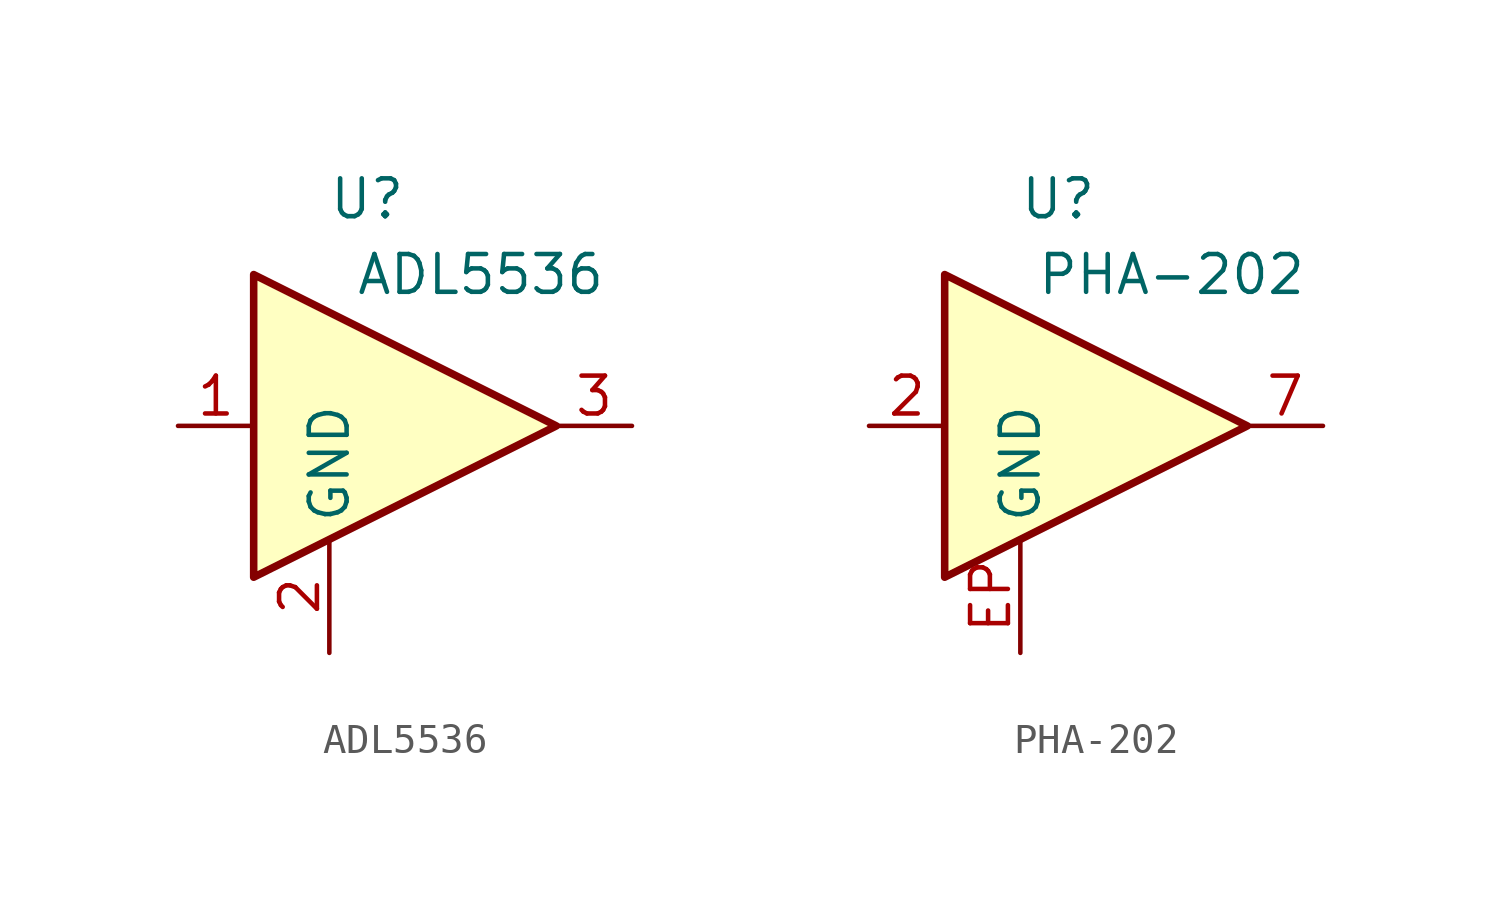
<source format=kicad_sym>
(kicad_symbol_lib
  (version 20220914)
  (generator kicad_symbol_editor)
  (symbol "ADL5536"
    (property "Reference" "U"
      (at -1.27 7.62 0)
      (effects (font (size 1.27 1.27))))
    (property "Value" "ADL5536"
      (at 2.54 5.08 0)
      (effects (font (size 1.27 1.27))))
    (symbol "ADL5536_0_1"
      (polyline (pts (xy 5.08 0) (xy -5.08 5.08) (xy -5.08 -5.08) (xy 5.08 0)) (stroke (width 0.254) (type default)) (fill (type background))))
    (symbol "ADL5536_1_1"
      (pin input line (at -7.62 0 0) (length 2.54) (name "~" (effects (font (size 1.27 1.27)))) (number "1" (effects (font (size 1.27 1.27)))))
      (pin power_in line (at -2.54 -7.62 90) (length 3.81) (name "GND" (effects (font (size 1.27 1.27)))) (number "2" (effects (font (size 1.27 1.27)))))
      (pin output line (at 7.62 0 180) (length 2.54) (name "~" (effects (font (size 1.27 1.27)))) (number "3" (effects (font (size 1.27 1.27)))))))
  (symbol "PHA-202"
    (property "Reference" "U"
      (at -1.27 7.62 0)
      (effects (font (size 1.27 1.27))))
    (property "Value" "PHA-202"
      (at 2.54 5.08 0)
      (effects (font (size 1.27 1.27))))
    (symbol "PHA-202_0_1"
      (polyline (pts (xy 5.08 0) (xy -5.08 5.08) (xy -5.08 -5.08) (xy 5.08 0)) (stroke (width 0.254) (type default)) (fill (type background))))
    (symbol "PHA-202_1_1"
      (pin passive line (at -2.54 -7.62 90) (length 2.54) hide (name "EP" (effects (font (size 1.27 1.27)))) (number "1" (effects (font (size 1.27 1.27)))))
      (pin input line (at -7.62 0 0) (length 2.54) (name "~" (effects (font (size 1.27 1.27)))) (number "2" (effects (font (size 1.27 1.27)))))
      (pin passive line (at -2.54 -7.62 90) (length 2.54) hide (name "EP" (effects (font (size 1.27 1.27)))) (number "3" (effects (font (size 1.27 1.27)))))
      (pin passive line (at -2.54 -7.62 90) (length 2.54) hide (name "EP" (effects (font (size 1.27 1.27)))) (number "4" (effects (font (size 1.27 1.27)))))
      (pin passive line (at -2.54 -7.62 90) (length 2.54) hide (name "EP" (effects (font (size 1.27 1.27)))) (number "5" (effects (font (size 1.27 1.27)))))
      (pin passive line (at -2.54 -7.62 90) (length 2.54) hide (name "EP" (effects (font (size 1.27 1.27)))) (number "6" (effects (font (size 1.27 1.27)))))
      (pin output line (at 7.62 0 180) (length 2.54) (name "~" (effects (font (size 1.27 1.27)))) (number "7" (effects (font (size 1.27 1.27)))))
      (pin passive line (at -2.54 -7.62 90) (length 2.54) hide (name "EP" (effects (font (size 1.27 1.27)))) (number "8" (effects (font (size 1.27 1.27)))))
      (pin power_in line (at -2.54 -7.62 90) (length 3.81) (name "GND" (effects (font (size 1.27 1.27)))) (number "EP" (effects (font (size 1.27 1.27))))))))
</source>
